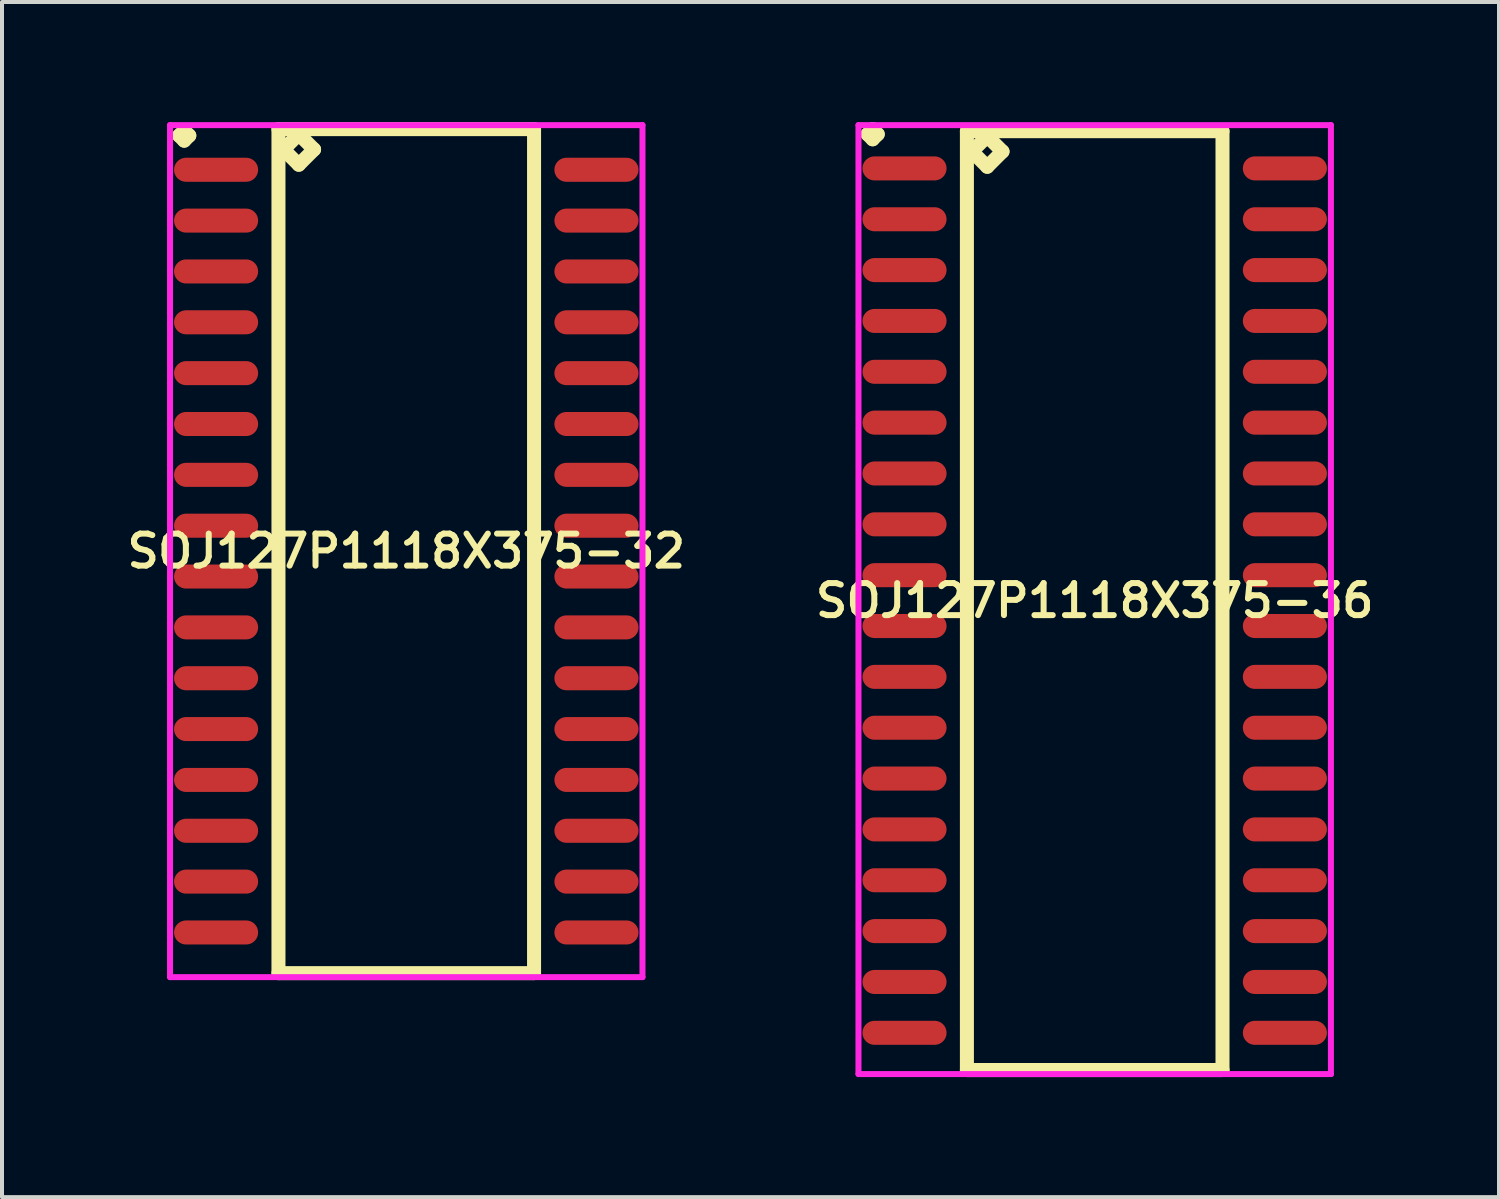
<source format=kicad_pcb>
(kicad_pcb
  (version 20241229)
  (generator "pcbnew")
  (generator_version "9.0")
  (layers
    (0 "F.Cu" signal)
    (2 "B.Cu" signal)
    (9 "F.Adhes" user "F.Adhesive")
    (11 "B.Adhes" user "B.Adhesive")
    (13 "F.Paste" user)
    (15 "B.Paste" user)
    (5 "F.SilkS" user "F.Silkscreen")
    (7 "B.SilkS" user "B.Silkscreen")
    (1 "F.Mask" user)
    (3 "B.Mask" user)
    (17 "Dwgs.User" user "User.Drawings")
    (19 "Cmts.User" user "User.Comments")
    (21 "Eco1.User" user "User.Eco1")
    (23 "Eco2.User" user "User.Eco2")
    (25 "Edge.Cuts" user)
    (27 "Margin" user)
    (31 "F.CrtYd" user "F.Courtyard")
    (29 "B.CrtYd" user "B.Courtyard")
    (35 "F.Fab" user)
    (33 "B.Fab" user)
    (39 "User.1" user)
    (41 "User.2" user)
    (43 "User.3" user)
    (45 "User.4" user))
  (footprint "SOJ127P1118X375-36"
    (layer "F.Cu")
    (at 24.292 11.951)
    (property "Reference" "SOJ127P1118X375-36" (at 0 0 0) (layer "F.SilkS") (effects (font (size 0.8 0.8) (thickness 0.15))))
    (attr smd)
    (fp_line (start -5.673 -11.649) (end -5.546 -11.776) (stroke (width 0.35) (type solid)) (layer "F.SilkS"))
    (fp_line (start -5.546 -11.776) (end -5.419 -11.649) (stroke (width 0.35) (type solid)) (layer "F.SilkS"))
    (fp_line (start -5.546 -11.522) (end -5.673 -11.649) (stroke (width 0.35) (type solid)) (layer "F.SilkS"))
    (fp_line (start -5.419 -11.649) (end -5.546 -11.522) (stroke (width 0.35) (type solid)) (layer "F.SilkS"))
    (fp_line (start -3.192 -11.725) (end -3.192 11.725) (stroke (width 0.35) (type solid)) (layer "F.SilkS"))
    (fp_line (start -3.192 11.725) (end 3.192 11.725) (stroke (width 0.35) (type solid)) (layer "F.SilkS"))
    (fp_line (start -3.065 -11.217) (end -2.684 -11.598) (stroke (width 0.35) (type solid)) (layer "F.SilkS"))
    (fp_line (start -2.684 -11.598) (end -2.303 -11.217) (stroke (width 0.35) (type solid)) (layer "F.SilkS"))
    (fp_line (start -2.684 -10.836) (end -3.065 -11.217) (stroke (width 0.35) (type solid)) (layer "F.SilkS"))
    (fp_line (start -2.303 -11.217) (end -2.684 -10.836) (stroke (width 0.35) (type solid)) (layer "F.SilkS"))
    (fp_line (start 3.192 -11.725) (end -3.192 -11.725) (stroke (width 0.35) (type solid)) (layer "F.SilkS"))
    (fp_line (start 3.192 11.725) (end 3.192 -11.725) (stroke (width 0.35) (type solid)) (layer "F.SilkS"))
    (fp_line (start -5.9 -11.876) (end 5.9 -11.876) (stroke (width 0.15) (type solid)) (layer "F.CrtYd"))
    (fp_line (start -5.9 11.825) (end -5.9 -11.876) (stroke (width 0.15) (type solid)) (layer "F.CrtYd"))
    (fp_line (start 5.9 -11.876) (end 5.9 11.825) (stroke (width 0.15) (type solid)) (layer "F.CrtYd"))
    (fp_line (start 5.9 11.825) (end -5.9 11.825) (stroke (width 0.15) (type solid)) (layer "F.CrtYd"))
    (pad "1" smd oval (at -4.75 -10.795) (size 2.1 0.6) (layers "F.Cu" "F.Mask" "F.Paste"))
    (pad "2" smd oval (at -4.75 -9.525) (size 2.1 0.6) (layers "F.Cu" "F.Mask" "F.Paste"))
    (pad "3" smd oval (at -4.75 -8.255) (size 2.1 0.6) (layers "F.Cu" "F.Mask" "F.Paste"))
    (pad "4" smd oval (at -4.75 -6.985) (size 2.1 0.6) (layers "F.Cu" "F.Mask" "F.Paste"))
    (pad "5" smd oval (at -4.75 -5.715) (size 2.1 0.6) (layers "F.Cu" "F.Mask" "F.Paste"))
    (pad "6" smd oval (at -4.75 -4.445) (size 2.1 0.6) (layers "F.Cu" "F.Mask" "F.Paste"))
    (pad "7" smd oval (at -4.75 -3.175) (size 2.1 0.6) (layers "F.Cu" "F.Mask" "F.Paste"))
    (pad "8" smd oval (at -4.75 -1.905) (size 2.1 0.6) (layers "F.Cu" "F.Mask" "F.Paste"))
    (pad "9" smd oval (at -4.75 -0.635) (size 2.1 0.6) (layers "F.Cu" "F.Mask" "F.Paste"))
    (pad "10" smd oval (at -4.75 0.635) (size 2.1 0.6) (layers "F.Cu" "F.Mask" "F.Paste"))
    (pad "11" smd oval (at -4.75 1.905) (size 2.1 0.6) (layers "F.Cu" "F.Mask" "F.Paste"))
    (pad "12" smd oval (at -4.75 3.175) (size 2.1 0.6) (layers "F.Cu" "F.Mask" "F.Paste"))
    (pad "13" smd oval (at -4.75 4.445) (size 2.1 0.6) (layers "F.Cu" "F.Mask" "F.Paste"))
    (pad "14" smd oval (at -4.75 5.715) (size 2.1 0.6) (layers "F.Cu" "F.Mask" "F.Paste"))
    (pad "15" smd oval (at -4.75 6.985) (size 2.1 0.6) (layers "F.Cu" "F.Mask" "F.Paste"))
    (pad "16" smd oval (at -4.75 8.255) (size 2.1 0.6) (layers "F.Cu" "F.Mask" "F.Paste"))
    (pad "17" smd oval (at -4.75 9.525) (size 2.1 0.6) (layers "F.Cu" "F.Mask" "F.Paste"))
    (pad "18" smd oval (at -4.75 10.795) (size 2.1 0.6) (layers "F.Cu" "F.Mask" "F.Paste"))
    (pad "19" smd oval (at 4.75 10.795) (size 2.1 0.6) (layers "F.Cu" "F.Mask" "F.Paste"))
    (pad "20" smd oval (at 4.75 9.525) (size 2.1 0.6) (layers "F.Cu" "F.Mask" "F.Paste"))
    (pad "21" smd oval (at 4.75 8.255) (size 2.1 0.6) (layers "F.Cu" "F.Mask" "F.Paste"))
    (pad "22" smd oval (at 4.75 6.985) (size 2.1 0.6) (layers "F.Cu" "F.Mask" "F.Paste"))
    (pad "23" smd oval (at 4.75 5.715) (size 2.1 0.6) (layers "F.Cu" "F.Mask" "F.Paste"))
    (pad "24" smd oval (at 4.75 4.445) (size 2.1 0.6) (layers "F.Cu" "F.Mask" "F.Paste"))
    (pad "25" smd oval (at 4.75 3.175) (size 2.1 0.6) (layers "F.Cu" "F.Mask" "F.Paste"))
    (pad "26" smd oval (at 4.75 1.905) (size 2.1 0.6) (layers "F.Cu" "F.Mask" "F.Paste"))
    (pad "27" smd oval (at 4.75 0.635) (size 2.1 0.6) (layers "F.Cu" "F.Mask" "F.Paste"))
    (pad "28" smd oval (at 4.75 -0.635) (size 2.1 0.6) (layers "F.Cu" "F.Mask" "F.Paste"))
    (pad "29" smd oval (at 4.75 -1.905) (size 2.1 0.6) (layers "F.Cu" "F.Mask" "F.Paste"))
    (pad "30" smd oval (at 4.75 -3.175) (size 2.1 0.6) (layers "F.Cu" "F.Mask" "F.Paste"))
    (pad "31" smd oval (at 4.75 -4.445) (size 2.1 0.6) (layers "F.Cu" "F.Mask" "F.Paste"))
    (pad "32" smd oval (at 4.75 -5.715) (size 2.1 0.6) (layers "F.Cu" "F.Mask" "F.Paste"))
    (pad "33" smd oval (at 4.75 -6.985) (size 2.1 0.6) (layers "F.Cu" "F.Mask" "F.Paste"))
    (pad "34" smd oval (at 4.75 -8.255) (size 2.1 0.6) (layers "F.Cu" "F.Mask" "F.Paste"))
    (pad "35" smd oval (at 4.75 -9.525) (size 2.1 0.6) (layers "F.Cu" "F.Mask" "F.Paste"))
    (pad "36" smd oval (at 4.75 -10.795) (size 2.1 0.6) (layers "F.Cu" "F.Mask" "F.Paste")))
  (footprint "SOJ127P1118X375-32"
    (layer "F.Cu")
    (at 7.097 10.715)
    (property "Reference" "SOJ127P1118X375-32" (at 0 0 0) (layer "F.SilkS") (effects (font (size 0.8 0.8) (thickness 0.15))))
    (attr smd)
    (fp_line (start -5.673 -10.379) (end -5.546 -10.506) (stroke (width 0.35) (type solid)) (layer "F.SilkS"))
    (fp_line (start -5.546 -10.506) (end -5.419 -10.379) (stroke (width 0.35) (type solid)) (layer "F.SilkS"))
    (fp_line (start -5.546 -10.252) (end -5.673 -10.379) (stroke (width 0.35) (type solid)) (layer "F.SilkS"))
    (fp_line (start -5.419 -10.379) (end -5.546 -10.252) (stroke (width 0.35) (type solid)) (layer "F.SilkS"))
    (fp_line (start -3.192 -10.54) (end -3.192 10.54) (stroke (width 0.35) (type solid)) (layer "F.SilkS"))
    (fp_line (start -3.192 10.54) (end 3.192 10.54) (stroke (width 0.35) (type solid)) (layer "F.SilkS"))
    (fp_line (start -3.065 -10.032) (end -2.684 -10.413) (stroke (width 0.35) (type solid)) (layer "F.SilkS"))
    (fp_line (start -2.684 -10.413) (end -2.303 -10.032) (stroke (width 0.35) (type solid)) (layer "F.SilkS"))
    (fp_line (start -2.684 -9.651) (end -3.065 -10.032) (stroke (width 0.35) (type solid)) (layer "F.SilkS"))
    (fp_line (start -2.303 -10.032) (end -2.684 -9.651) (stroke (width 0.35) (type solid)) (layer "F.SilkS"))
    (fp_line (start 3.192 -10.54) (end -3.192 -10.54) (stroke (width 0.35) (type solid)) (layer "F.SilkS"))
    (fp_line (start 3.192 10.54) (end 3.192 -10.54) (stroke (width 0.35) (type solid)) (layer "F.SilkS"))
    (fp_line (start -5.9 -10.64) (end 5.9 -10.64) (stroke (width 0.15) (type solid)) (layer "F.CrtYd"))
    (fp_line (start -5.9 10.64) (end -5.9 -10.64) (stroke (width 0.15) (type solid)) (layer "F.CrtYd"))
    (fp_line (start 5.9 -10.64) (end 5.9 10.64) (stroke (width 0.15) (type solid)) (layer "F.CrtYd"))
    (fp_line (start 5.9 10.64) (end -5.9 10.64) (stroke (width 0.15) (type solid)) (layer "F.CrtYd"))
    (pad "1" smd oval (at -4.75 -9.525) (size 2.1 0.6) (layers "F.Cu" "F.Mask" "F.Paste"))
    (pad "2" smd oval (at -4.75 -8.255) (size 2.1 0.6) (layers "F.Cu" "F.Mask" "F.Paste"))
    (pad "3" smd oval (at -4.75 -6.985) (size 2.1 0.6) (layers "F.Cu" "F.Mask" "F.Paste"))
    (pad "4" smd oval (at -4.75 -5.715) (size 2.1 0.6) (layers "F.Cu" "F.Mask" "F.Paste"))
    (pad "5" smd oval (at -4.75 -4.445) (size 2.1 0.6) (layers "F.Cu" "F.Mask" "F.Paste"))
    (pad "6" smd oval (at -4.75 -3.175) (size 2.1 0.6) (layers "F.Cu" "F.Mask" "F.Paste"))
    (pad "7" smd oval (at -4.75 -1.905) (size 2.1 0.6) (layers "F.Cu" "F.Mask" "F.Paste"))
    (pad "8" smd oval (at -4.75 -0.635) (size 2.1 0.6) (layers "F.Cu" "F.Mask" "F.Paste"))
    (pad "9" smd oval (at -4.75 0.635) (size 2.1 0.6) (layers "F.Cu" "F.Mask" "F.Paste"))
    (pad "10" smd oval (at -4.75 1.905) (size 2.1 0.6) (layers "F.Cu" "F.Mask" "F.Paste"))
    (pad "11" smd oval (at -4.75 3.175) (size 2.1 0.6) (layers "F.Cu" "F.Mask" "F.Paste"))
    (pad "12" smd oval (at -4.75 4.445) (size 2.1 0.6) (layers "F.Cu" "F.Mask" "F.Paste"))
    (pad "13" smd oval (at -4.75 5.715) (size 2.1 0.6) (layers "F.Cu" "F.Mask" "F.Paste"))
    (pad "14" smd oval (at -4.75 6.985) (size 2.1 0.6) (layers "F.Cu" "F.Mask" "F.Paste"))
    (pad "15" smd oval (at -4.75 8.255) (size 2.1 0.6) (layers "F.Cu" "F.Mask" "F.Paste"))
    (pad "16" smd oval (at -4.75 9.525) (size 2.1 0.6) (layers "F.Cu" "F.Mask" "F.Paste"))
    (pad "17" smd oval (at 4.75 9.525) (size 2.1 0.6) (layers "F.Cu" "F.Mask" "F.Paste"))
    (pad "18" smd oval (at 4.75 8.255) (size 2.1 0.6) (layers "F.Cu" "F.Mask" "F.Paste"))
    (pad "19" smd oval (at 4.75 6.985) (size 2.1 0.6) (layers "F.Cu" "F.Mask" "F.Paste"))
    (pad "20" smd oval (at 4.75 5.715) (size 2.1 0.6) (layers "F.Cu" "F.Mask" "F.Paste"))
    (pad "21" smd oval (at 4.75 4.445) (size 2.1 0.6) (layers "F.Cu" "F.Mask" "F.Paste"))
    (pad "22" smd oval (at 4.75 3.175) (size 2.1 0.6) (layers "F.Cu" "F.Mask" "F.Paste"))
    (pad "23" smd oval (at 4.75 1.905) (size 2.1 0.6) (layers "F.Cu" "F.Mask" "F.Paste"))
    (pad "24" smd oval (at 4.75 0.635) (size 2.1 0.6) (layers "F.Cu" "F.Mask" "F.Paste"))
    (pad "25" smd oval (at 4.75 -0.635) (size 2.1 0.6) (layers "F.Cu" "F.Mask" "F.Paste"))
    (pad "26" smd oval (at 4.75 -1.905) (size 2.1 0.6) (layers "F.Cu" "F.Mask" "F.Paste"))
    (pad "27" smd oval (at 4.75 -3.175) (size 2.1 0.6) (layers "F.Cu" "F.Mask" "F.Paste"))
    (pad "28" smd oval (at 4.75 -4.445) (size 2.1 0.6) (layers "F.Cu" "F.Mask" "F.Paste"))
    (pad "29" smd oval (at 4.75 -5.715) (size 2.1 0.6) (layers "F.Cu" "F.Mask" "F.Paste"))
    (pad "30" smd oval (at 4.75 -6.985) (size 2.1 0.6) (layers "F.Cu" "F.Mask" "F.Paste"))
    (pad "31" smd oval (at 4.75 -8.255) (size 2.1 0.6) (layers "F.Cu" "F.Mask" "F.Paste"))
    (pad "32" smd oval (at 4.75 -9.525) (size 2.1 0.6) (layers "F.Cu" "F.Mask" "F.Paste")))
  (gr_rect
    (start -3 -3)
    (end 34.39 26.851)
    (stroke (width 0.1) (type default))
    (fill no)
    (layer "Edge.Cuts")))
</source>
